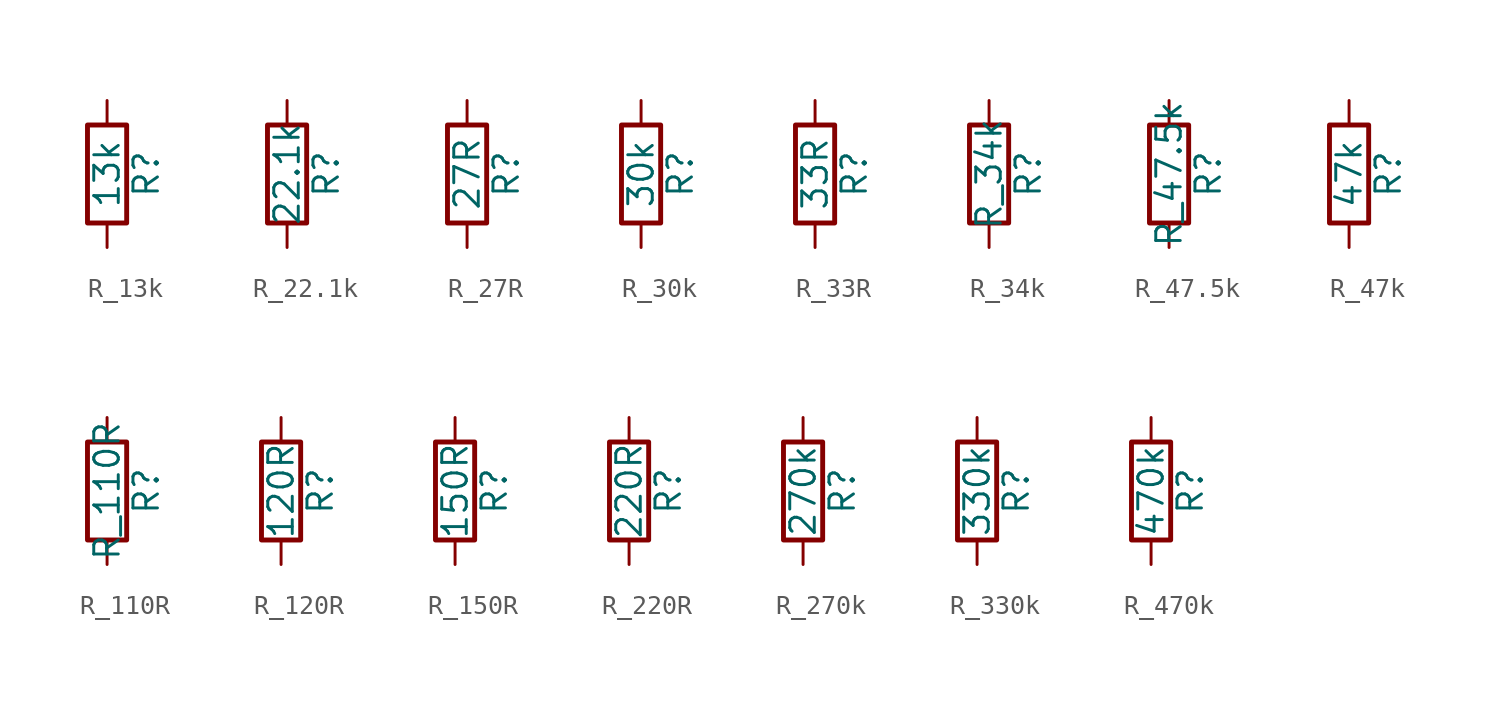
<source format=kicad_sym>
(kicad_symbol_lib
  (version 20231120)
  (generator "kicad_symbol_editor")
  (generator_version "8.0")
  (symbol "R_13k"
    (pin_numbers hide)
    (pin_names
      (offset 0))
    (property "Reference" "R"
      (at 2.032 0 90)
      (effects (font (size 1.27 1.27))))
    (property "Value" "13k"
      (at 0 0 90)
      (effects (font (size 1.27 1.27))))
    (symbol "R_13k_0_1"
      (rectangle (start -1.016 -2.54) (end 1.016 2.54) (stroke (width 0.254) (type default)) (fill (type none))))
    (symbol "R_13k_1_1"
      (pin passive line (at 0 3.81 270) (length 1.27) (name "~" (effects (font (size 1.27 1.27)))) (number "1" (effects (font (size 1.27 1.27)))))
      (pin passive line (at 0 -3.81 90) (length 1.27) (name "~" (effects (font (size 1.27 1.27)))) (number "2" (effects (font (size 1.27 1.27)))))))
  (symbol "R_22.1k"
    (pin_numbers hide)
    (pin_names
      (offset 0))
    (property "Reference" "R"
      (at 2.032 0 90)
      (effects (font (size 1.27 1.27))))
    (property "Value" "22.1k"
      (at 0 0 90)
      (effects (font (size 1.27 1.27))))
    (symbol "R_22.1k_0_1"
      (rectangle (start -1.016 -2.54) (end 1.016 2.54) (stroke (width 0.254) (type default)) (fill (type none))))
    (symbol "R_22.1k_1_1"
      (pin passive line (at 0 3.81 270) (length 1.27) (name "~" (effects (font (size 1.27 1.27)))) (number "1" (effects (font (size 1.27 1.27)))))
      (pin passive line (at 0 -3.81 90) (length 1.27) (name "~" (effects (font (size 1.27 1.27)))) (number "2" (effects (font (size 1.27 1.27)))))))
  (symbol "R_27R"
    (pin_numbers hide)
    (pin_names
      (offset 0))
    (property "Reference" "R"
      (at 2.032 0 90)
      (effects (font (size 1.27 1.27))))
    (property "Value" "27R"
      (at 0 0 90)
      (effects (font (size 1.27 1.27))))
    (symbol "R_27R_0_1"
      (rectangle (start -1.016 -2.54) (end 1.016 2.54) (stroke (width 0.254) (type default)) (fill (type none))))
    (symbol "R_27R_1_1"
      (pin passive line (at 0 3.81 270) (length 1.27) (name "~" (effects (font (size 1.27 1.27)))) (number "1" (effects (font (size 1.27 1.27)))))
      (pin passive line (at 0 -3.81 90) (length 1.27) (name "~" (effects (font (size 1.27 1.27)))) (number "2" (effects (font (size 1.27 1.27)))))))
  (symbol "R_30k"
    (pin_numbers hide)
    (pin_names
      (offset 0))
    (property "Reference" "R"
      (at 2.032 0 90)
      (effects (font (size 1.27 1.27))))
    (property "Value" "30k"
      (at 0 0 90)
      (effects (font (size 1.27 1.27))))
    (symbol "R_30k_0_1"
      (rectangle (start -1.016 -2.54) (end 1.016 2.54) (stroke (width 0.254) (type default)) (fill (type none))))
    (symbol "R_30k_1_1"
      (pin passive line (at 0 3.81 270) (length 1.27) (name "~" (effects (font (size 1.27 1.27)))) (number "1" (effects (font (size 1.27 1.27)))))
      (pin passive line (at 0 -3.81 90) (length 1.27) (name "~" (effects (font (size 1.27 1.27)))) (number "2" (effects (font (size 1.27 1.27)))))))
  (symbol "R_33R"
    (pin_numbers hide)
    (pin_names
      (offset 0))
    (property "Reference" "R"
      (at 2.032 0 90)
      (effects (font (size 1.27 1.27))))
    (property "Value" "33R"
      (at 0 0 90)
      (effects (font (size 1.27 1.27))))
    (symbol "R_33R_0_1"
      (rectangle (start -1.016 -2.54) (end 1.016 2.54) (stroke (width 0.254) (type default)) (fill (type none))))
    (symbol "R_33R_1_1"
      (pin passive line (at 0 3.81 270) (length 1.27) (name "~" (effects (font (size 1.27 1.27)))) (number "1" (effects (font (size 1.27 1.27)))))
      (pin passive line (at 0 -3.81 90) (length 1.27) (name "~" (effects (font (size 1.27 1.27)))) (number "2" (effects (font (size 1.27 1.27)))))))
  (symbol "R_34k"
    (pin_numbers hide)
    (pin_names
      (offset 0))
    (property "Reference" "R"
      (at 2.032 0 90)
      (effects (font (size 1.27 1.27))))
    (property "Value" "R_34k"
      (at 0 0 90)
      (effects (font (size 1.27 1.27))))
    (symbol "R_34k_0_1"
      (rectangle (start -1.016 -2.54) (end 1.016 2.54) (stroke (width 0.254) (type default)) (fill (type none))))
    (symbol "R_34k_1_1"
      (pin passive line (at 0 3.81 270) (length 1.27) (name "~" (effects (font (size 1.27 1.27)))) (number "1" (effects (font (size 1.27 1.27)))))
      (pin passive line (at 0 -3.81 90) (length 1.27) (name "~" (effects (font (size 1.27 1.27)))) (number "2" (effects (font (size 1.27 1.27)))))))
  (symbol "R_47.5k"
    (pin_numbers hide)
    (pin_names
      (offset 0))
    (property "Reference" "R"
      (at 2.032 0 90)
      (effects (font (size 1.27 1.27))))
    (property "Value" "R_47.5k"
      (at 0 0 90)
      (effects (font (size 1.27 1.27))))
    (symbol "R_47.5k_0_1"
      (rectangle (start -1.016 -2.54) (end 1.016 2.54) (stroke (width 0.254) (type default)) (fill (type none))))
    (symbol "R_47.5k_1_1"
      (pin passive line (at 0 3.81 270) (length 1.27) (name "~" (effects (font (size 1.27 1.27)))) (number "1" (effects (font (size 1.27 1.27)))))
      (pin passive line (at 0 -3.81 90) (length 1.27) (name "~" (effects (font (size 1.27 1.27)))) (number "2" (effects (font (size 1.27 1.27)))))))
  (symbol "R_47k"
    (pin_numbers hide)
    (pin_names
      (offset 0))
    (property "Reference" "R"
      (at 2.032 0 90)
      (effects (font (size 1.27 1.27))))
    (property "Value" "47k"
      (at 0 0 90)
      (effects (font (size 1.27 1.27))))
    (symbol "R_47k_0_1"
      (rectangle (start -1.016 -2.54) (end 1.016 2.54) (stroke (width 0.254) (type default)) (fill (type none))))
    (symbol "R_47k_1_1"
      (pin passive line (at 0 3.81 270) (length 1.27) (name "~" (effects (font (size 1.27 1.27)))) (number "1" (effects (font (size 1.27 1.27)))))
      (pin passive line (at 0 -3.81 90) (length 1.27) (name "~" (effects (font (size 1.27 1.27)))) (number "2" (effects (font (size 1.27 1.27)))))))
  (symbol "R_110R"
    (pin_numbers hide)
    (pin_names
      (offset 0))
    (property "Reference" "R"
      (at 2.032 0 90)
      (effects (font (size 1.27 1.27))))
    (property "Value" "R_110R"
      (at 0 0 90)
      (effects (font (size 1.27 1.27))))
    (symbol "R_110R_0_1"
      (rectangle (start -1.016 -2.54) (end 1.016 2.54) (stroke (width 0.254) (type default)) (fill (type none))))
    (symbol "R_110R_1_1"
      (pin passive line (at 0 3.81 270) (length 1.27) (name "~" (effects (font (size 1.27 1.27)))) (number "1" (effects (font (size 1.27 1.27)))))
      (pin passive line (at 0 -3.81 90) (length 1.27) (name "~" (effects (font (size 1.27 1.27)))) (number "2" (effects (font (size 1.27 1.27)))))))
  (symbol "R_120R"
    (pin_numbers hide)
    (pin_names
      (offset 0))
    (property "Reference" "R"
      (at 2.032 0 90)
      (effects (font (size 1.27 1.27))))
    (property "Value" "120R"
      (at 0 0 90)
      (effects (font (size 1.27 1.27))))
    (symbol "R_120R_0_1"
      (rectangle (start -1.016 -2.54) (end 1.016 2.54) (stroke (width 0.254) (type default)) (fill (type none))))
    (symbol "R_120R_1_1"
      (pin passive line (at 0 3.81 270) (length 1.27) (name "~" (effects (font (size 1.27 1.27)))) (number "1" (effects (font (size 1.27 1.27)))))
      (pin passive line (at 0 -3.81 90) (length 1.27) (name "~" (effects (font (size 1.27 1.27)))) (number "2" (effects (font (size 1.27 1.27)))))))
  (symbol "R_150R"
    (pin_numbers hide)
    (pin_names
      (offset 0))
    (property "Reference" "R"
      (at 2.032 0 90)
      (effects (font (size 1.27 1.27))))
    (property "Value" "150R"
      (at 0 0 90)
      (effects (font (size 1.27 1.27))))
    (symbol "R_150R_0_1"
      (rectangle (start -1.016 -2.54) (end 1.016 2.54) (stroke (width 0.254) (type default)) (fill (type none))))
    (symbol "R_150R_1_1"
      (pin passive line (at 0 3.81 270) (length 1.27) (name "~" (effects (font (size 1.27 1.27)))) (number "1" (effects (font (size 1.27 1.27)))))
      (pin passive line (at 0 -3.81 90) (length 1.27) (name "~" (effects (font (size 1.27 1.27)))) (number "2" (effects (font (size 1.27 1.27)))))))
  (symbol "R_220R"
    (pin_numbers hide)
    (pin_names
      (offset 0))
    (property "Reference" "R"
      (at 2.032 0 90)
      (effects (font (size 1.27 1.27))))
    (property "Value" "220R"
      (at 0 0 90)
      (effects (font (size 1.27 1.27))))
    (symbol "R_220R_0_1"
      (rectangle (start -1.016 -2.54) (end 1.016 2.54) (stroke (width 0.254) (type default)) (fill (type none))))
    (symbol "R_220R_1_1"
      (pin passive line (at 0 3.81 270) (length 1.27) (name "~" (effects (font (size 1.27 1.27)))) (number "1" (effects (font (size 1.27 1.27)))))
      (pin passive line (at 0 -3.81 90) (length 1.27) (name "~" (effects (font (size 1.27 1.27)))) (number "2" (effects (font (size 1.27 1.27)))))))
  (symbol "R_270k"
    (pin_numbers hide)
    (pin_names
      (offset 0))
    (property "Reference" "R"
      (at 2.032 0 90)
      (effects (font (size 1.27 1.27))))
    (property "Value" "270k"
      (at 0 0 90)
      (effects (font (size 1.27 1.27))))
    (symbol "R_270k_0_1"
      (rectangle (start -1.016 -2.54) (end 1.016 2.54) (stroke (width 0.254) (type default)) (fill (type none))))
    (symbol "R_270k_1_1"
      (pin passive line (at 0 3.81 270) (length 1.27) (name "~" (effects (font (size 1.27 1.27)))) (number "1" (effects (font (size 1.27 1.27)))))
      (pin passive line (at 0 -3.81 90) (length 1.27) (name "~" (effects (font (size 1.27 1.27)))) (number "2" (effects (font (size 1.27 1.27)))))))
  (symbol "R_330k"
    (pin_numbers hide)
    (pin_names
      (offset 0))
    (property "Reference" "R"
      (at 2.032 0 90)
      (effects (font (size 1.27 1.27))))
    (property "Value" "330k"
      (at 0 0 90)
      (effects (font (size 1.27 1.27))))
    (symbol "R_330k_0_1"
      (rectangle (start -1.016 -2.54) (end 1.016 2.54) (stroke (width 0.254) (type default)) (fill (type none))))
    (symbol "R_330k_1_1"
      (pin passive line (at 0 3.81 270) (length 1.27) (name "~" (effects (font (size 1.27 1.27)))) (number "1" (effects (font (size 1.27 1.27)))))
      (pin passive line (at 0 -3.81 90) (length 1.27) (name "~" (effects (font (size 1.27 1.27)))) (number "2" (effects (font (size 1.27 1.27)))))))
  (symbol "R_470k"
    (pin_numbers hide)
    (pin_names
      (offset 0))
    (property "Reference" "R"
      (at 2.032 0 90)
      (effects (font (size 1.27 1.27))))
    (property "Value" "470k"
      (at 0 0 90)
      (effects (font (size 1.27 1.27))))
    (symbol "R_470k_0_1"
      (rectangle (start -1.016 -2.54) (end 1.016 2.54) (stroke (width 0.254) (type default)) (fill (type none))))
    (symbol "R_470k_1_1"
      (pin passive line (at 0 3.81 270) (length 1.27) (name "~" (effects (font (size 1.27 1.27)))) (number "1" (effects (font (size 1.27 1.27)))))
      (pin passive line (at 0 -3.81 90) (length 1.27) (name "~" (effects (font (size 1.27 1.27)))) (number "2" (effects (font (size 1.27 1.27))))))))
</source>
